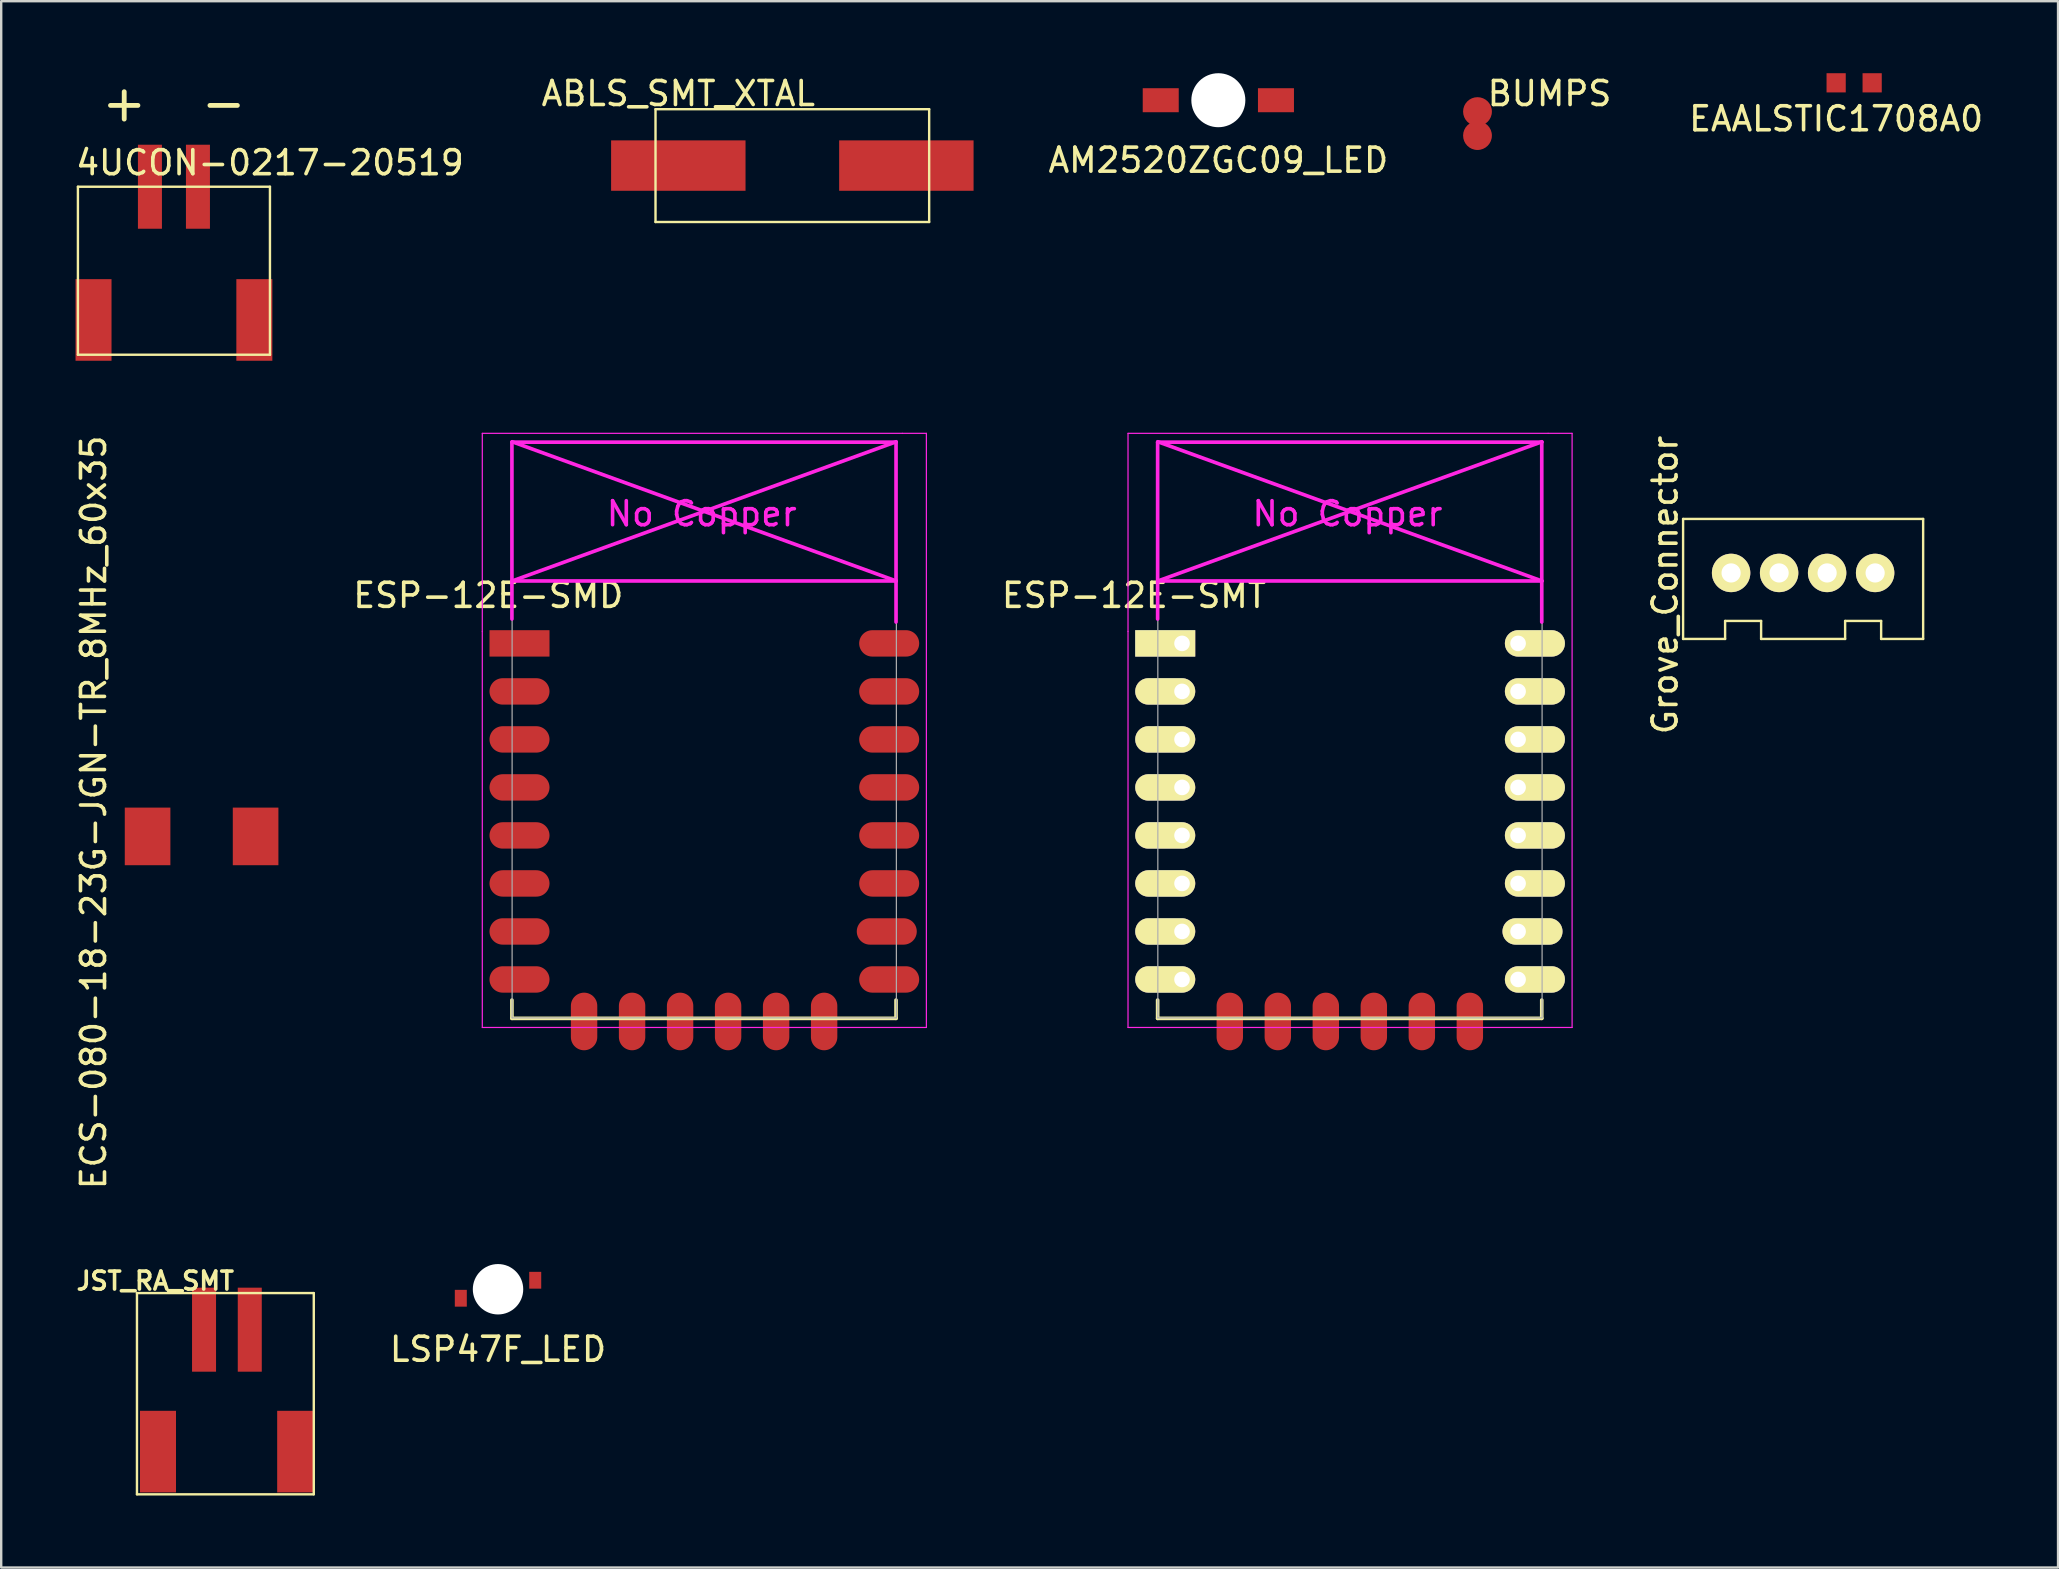
<source format=kicad_pcb>
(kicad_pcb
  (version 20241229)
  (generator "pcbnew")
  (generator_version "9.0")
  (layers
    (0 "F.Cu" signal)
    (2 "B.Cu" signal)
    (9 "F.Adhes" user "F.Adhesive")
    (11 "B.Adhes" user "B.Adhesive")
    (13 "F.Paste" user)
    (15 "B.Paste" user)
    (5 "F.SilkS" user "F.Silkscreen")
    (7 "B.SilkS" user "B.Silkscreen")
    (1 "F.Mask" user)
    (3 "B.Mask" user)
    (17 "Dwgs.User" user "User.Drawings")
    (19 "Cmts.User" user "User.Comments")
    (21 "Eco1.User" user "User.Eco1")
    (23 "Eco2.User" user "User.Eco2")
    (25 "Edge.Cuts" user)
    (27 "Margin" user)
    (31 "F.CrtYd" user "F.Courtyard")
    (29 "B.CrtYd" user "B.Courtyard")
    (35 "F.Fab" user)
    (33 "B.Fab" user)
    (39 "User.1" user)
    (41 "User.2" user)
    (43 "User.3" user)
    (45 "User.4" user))
  (footprint "ECS-080-18-23G-JGN-TR_8MHz_60x35"
    (layer "F.Cu")
    (at 5.348 31.794)
    (property "Reference" "ECS-080-18-23G-JGN-TR_8MHz_60x35" (at -4.5 -1 90) (layer "F.SilkS") (effects (font (size 1 1) (thickness 0.15))))
    (attr through_hole)
    (pad "1" smd rect (at -2.25 0) (size 1.9 2.4) (layers "F.Cu" "F.Mask" "F.Paste"))
    (pad "2" smd rect (at 2.25 0) (size 1.9 2.4) (layers "F.Cu" "F.Mask" "F.Paste")))
  (footprint "AM2520ZGC09_LED"
    (layer "F.Cu")
    (at 47.705 1.125)
    (property "Reference" "AM2520ZGC09_LED" (at 0 2.5 0) (layer "F.SilkS") (effects (font (size 1 1) (thickness 0.15))))
    (attr through_hole)
    (pad "" np_thru_hole circle (at 0 0) (size 2.25 2.25) (drill 2.25) (layers "*.Cu"))
    (pad "1" smd rect (at -2.4 0) (size 1.5 1) (layers "F.Cu" "F.Mask" "F.Paste"))
    (pad "2" smd rect (at 2.4 0) (size 1.5 1) (layers "F.Cu" "F.Mask" "F.Paste")))
  (footprint "Grove_Connector"
    (layer "F.Cu")
    (at 72.066 20.818)
    (property "Reference" "Grove_Connector" (at -5.75 0.5 90) (layer "F.SilkS") (effects (font (size 1 1) (thickness 0.15))))
    (attr through_hole)
    (fp_line (start -5 -2.25) (end 5 -2.25) (stroke (width 0.1) (type solid)) (layer "F.SilkS"))
    (fp_line (start -5 2.75) (end -5 -2.25) (stroke (width 0.1) (type solid)) (layer "F.SilkS"))
    (fp_line (start -5 2.75) (end -3.25 2.75) (stroke (width 0.1) (type solid)) (layer "F.SilkS"))
    (fp_line (start -3.25 2) (end -3.25 2.75) (stroke (width 0.1) (type solid)) (layer "F.SilkS"))
    (fp_line (start -1.75 2) (end -3.25 2) (stroke (width 0.1) (type solid)) (layer "F.SilkS"))
    (fp_line (start -1.75 2.75) (end -1.75 2) (stroke (width 0.1) (type solid)) (layer "F.SilkS"))
    (fp_line (start -1.75 2.75) (end 1.75 2.75) (stroke (width 0.1) (type solid)) (layer "F.SilkS"))
    (fp_line (start 1.75 2) (end 3.25 2) (stroke (width 0.1) (type solid)) (layer "F.SilkS"))
    (fp_line (start 1.75 2.75) (end 1.75 2) (stroke (width 0.1) (type solid)) (layer "F.SilkS"))
    (fp_line (start 3.25 2) (end 3.25 2.75) (stroke (width 0.1) (type solid)) (layer "F.SilkS"))
    (fp_line (start 3.25 2.75) (end 5 2.75) (stroke (width 0.1) (type solid)) (layer "F.SilkS"))
    (fp_line (start 5 -2.25) (end 5 2.75) (stroke (width 0.1) (type solid)) (layer "F.SilkS"))
    (pad "1" thru_hole circle (at -3 0) (size 1.6 1.6) (drill 0.8) (layers "*.Cu" "*.Mask" "F.SilkS"))
    (pad "2" thru_hole circle (at -1 0) (size 1.6 1.6) (drill 0.8) (layers "*.Cu" "*.Mask" "F.SilkS"))
    (pad "3" thru_hole circle (at 1 0) (size 1.6 1.6) (drill 0.8) (layers "*.Cu" "*.Mask" "F.SilkS"))
    (pad "4" thru_hole circle (at 3 0) (size 1.6 1.6) (drill 0.8) (layers "*.Cu" "*.Mask" "F.SilkS")))
  (footprint "ABLS_SMT_XTAL"
    (layer "F.Cu")
    (at 29.958 3.848)
    (property "Reference" "ABLS_SMT_XTAL" (at -4.75 -3 0) (layer "F.SilkS") (effects (font (size 1 1) (thickness 0.15))))
    (attr through_hole)
    (fp_line (start -5.7 -2.35) (end 5.7 -2.35) (stroke (width 0.1) (type solid)) (layer "F.SilkS"))
    (fp_line (start -5.7 2.35) (end -5.7 -2.35) (stroke (width 0.1) (type solid)) (layer "F.SilkS"))
    (fp_line (start 5.7 -2.35) (end 5.7 2.35) (stroke (width 0.1) (type solid)) (layer "F.SilkS"))
    (fp_line (start 5.7 2.35) (end -5.7 2.35) (stroke (width 0.1) (type solid)) (layer "F.SilkS"))
    (pad "1" smd rect (at -4.75 0) (size 5.6 2.1) (layers "F.Cu" "F.Mask" "F.Paste"))
    (pad "2" smd rect (at 4.75 0) (size 5.6 2.1) (layers "F.Cu" "F.Mask" "F.Paste")))
  (footprint "JST_RA_SMT"
    (layer "F.Cu")
    (at 5.45 52.343)
    (property "Reference" "JST_RA_SMT" (at -2.032 -2.032 180) (layer "F.SilkS") (effects (font (size 0.75 0.75) (thickness 0.15))))
    (attr through_hole)
    (fp_line (start -2.794 -1.524) (end 4.572 -1.524) (stroke (width 0.1) (type solid)) (layer "F.SilkS"))
    (fp_line (start -2.794 6.858) (end -2.794 -1.524) (stroke (width 0.1) (type solid)) (layer "F.SilkS"))
    (fp_line (start 4.572 -1.524) (end 4.572 6.858) (stroke (width 0.1) (type solid)) (layer "F.SilkS"))
    (fp_line (start 4.572 6.858) (end -2.794 6.858) (stroke (width 0.1) (type solid)) (layer "F.SilkS"))
    (pad "1" smd rect (at 0 0) (size 1 3.5) (layers "F.Cu" "F.Mask" "F.Paste"))
    (pad "2" smd rect (at 1.905 0) (size 1 3.5) (layers "F.Cu" "F.Mask" "F.Paste"))
    (pad "3" smd rect (at -1.918 5.08) (size 1.5 3.4) (layers "F.Cu" "F.Mask" "F.Paste"))
    (pad "4" smd rect (at 3.797 5.08) (size 1.5 3.4) (layers "F.Cu" "F.Mask" "F.Paste")))
  (footprint "ESP-12E-SMT"
    (layer "F.Cu")
    (at 46.192 23.753)
    (property "Reference" "ESP-12E-SMT" (at -2 -2 0) (layer "F.SilkS") (effects (font (size 1 1) (thickness 0.15))))
    (attr through_hole)
    (fp_line (start -1.016 14.859) (end -1.016 15.621) (stroke (width 0.152) (type solid)) (layer "F.SilkS"))
    (fp_line (start -1.016 15.621) (end 14.986 15.621) (stroke (width 0.152) (type solid)) (layer "F.SilkS"))
    (fp_line (start 14.986 15.621) (end 14.986 14.859) (stroke (width 0.152) (type solid)) (layer "F.SilkS"))
    (fp_line (start -2.25 -8.75) (end 15.25 -8.75) (stroke (width 0.05) (type solid)) (layer "F.CrtYd"))
    (fp_line (start -2.25 -0.5) (end -2.25 -8.75) (stroke (width 0.05) (type solid)) (layer "F.CrtYd"))
    (fp_line (start -2.25 16) (end -2.25 -0.5) (stroke (width 0.05) (type solid)) (layer "F.CrtYd"))
    (fp_line (start -1.016 -8.382) (end -1.016 -1.016) (stroke (width 0.152) (type solid)) (layer "F.CrtYd"))
    (fp_line (start -1.016 -8.382) (end 14.986 -8.382) (stroke (width 0.152) (type solid)) (layer "F.CrtYd"))
    (fp_line (start -1.008 -8.4) (end 14.992 -2.6) (stroke (width 0.152) (type solid)) (layer "F.CrtYd"))
    (fp_line (start -1.008 -2.6) (end 14.992 -2.6) (stroke (width 0.152) (type solid)) (layer "F.CrtYd"))
    (fp_line (start 14.986 -8.382) (end 14.986 -0.889) (stroke (width 0.152) (type solid)) (layer "F.CrtYd"))
    (fp_line (start 14.992 -8.4) (end -1.008 -2.6) (stroke (width 0.152) (type solid)) (layer "F.CrtYd"))
    (fp_line (start 15.25 -8.75) (end 16.25 -8.75) (stroke (width 0.05) (type solid)) (layer "F.CrtYd"))
    (fp_line (start 16.25 -8.75) (end 16.25 16) (stroke (width 0.05) (type solid)) (layer "F.CrtYd"))
    (fp_line (start 16.25 16) (end -2.25 16) (stroke (width 0.05) (type solid)) (layer "F.CrtYd"))
    (fp_line (start -1.008 -8.4) (end 14.992 -8.4) (stroke (width 0.05) (type solid)) (layer "F.Fab"))
    (fp_line (start -1.008 15.6) (end -1.008 -8.4) (stroke (width 0.05) (type solid)) (layer "F.Fab"))
    (fp_line (start 14.992 15.6) (end -1.008 15.6) (stroke (width 0.05) (type solid)) (layer "F.Fab"))
    (fp_line (start 15 -8.4) (end 15 15.6) (stroke (width 0.05) (type solid)) (layer "F.Fab"))
    (fp_text user "No Copper" (at 6.892 -5.4 0) (layer "F.CrtYd") (effects (font (size 1 1) (thickness 0.15))))
    (pad "1" thru_hole rect (at 0 0) (size 2.5 1.1) (drill 0.65 (offset -0.7 0)) (layers "*.Cu" "*.Mask" "F.SilkS"))
    (pad "2" thru_hole oval (at 0 2) (size 2.5 1.1) (drill 0.65 (offset -0.7 0)) (layers "*.Cu" "*.Mask" "F.SilkS"))
    (pad "3" thru_hole oval (at 0 4) (size 2.5 1.1) (drill 0.65 (offset -0.7 0)) (layers "*.Cu" "*.Mask" "F.SilkS"))
    (pad "4" thru_hole oval (at 0 6) (size 2.5 1.1) (drill 0.65 (offset -0.7 0)) (layers "*.Cu" "*.Mask" "F.SilkS"))
    (pad "5" thru_hole oval (at 0 8) (size 2.5 1.1) (drill 0.65 (offset -0.7 0)) (layers "*.Cu" "*.Mask" "F.SilkS"))
    (pad "6" thru_hole oval (at 0 10) (size 2.5 1.1) (drill 0.65 (offset -0.7 0)) (layers "*.Cu" "*.Mask" "F.SilkS"))
    (pad "7" thru_hole oval (at 0 12) (size 2.5 1.1) (drill 0.65 (offset -0.7 0)) (layers "*.Cu" "*.Mask" "F.SilkS"))
    (pad "8" thru_hole oval (at 0 14) (size 2.5 1.1) (drill 0.65 (offset -0.7 0)) (layers "*.Cu" "*.Mask" "F.SilkS"))
    (pad "9" thru_hole oval (at 14 14) (size 2.5 1.1) (drill 0.65 (offset 0.7 0)) (layers "*.Cu" "*.Mask" "F.SilkS"))
    (pad "10" thru_hole oval (at 14 12) (size 2.5 1.1) (drill 0.65 (offset 0.6 0)) (layers "*.Cu" "*.Mask" "F.SilkS"))
    (pad "11" thru_hole oval (at 14 10) (size 2.5 1.1) (drill 0.65 (offset 0.7 0)) (layers "*.Cu" "*.Mask" "F.SilkS"))
    (pad "12" thru_hole oval (at 14 8) (size 2.5 1.1) (drill 0.65 (offset 0.7 0)) (layers "*.Cu" "*.Mask" "F.SilkS"))
    (pad "13" thru_hole oval (at 14 6) (size 2.5 1.1) (drill 0.65 (offset 0.7 0)) (layers "*.Cu" "*.Mask" "F.SilkS"))
    (pad "14" thru_hole oval (at 14 4) (size 2.5 1.1) (drill 0.65 (offset 0.7 0)) (layers "*.Cu" "*.Mask" "F.SilkS"))
    (pad "15" thru_hole oval (at 14 2) (size 2.5 1.1) (drill 0.65 (offset 0.7 0)) (layers "*.Cu" "*.Mask" "F.SilkS"))
    (pad "16" thru_hole oval (at 14 0) (size 2.5 1.1) (drill 0.65 (offset 0.7 0)) (layers "*.Cu" "*.Mask" "F.SilkS"))
    (pad "17" smd oval (at 1.99 15.75 90) (size 2.4 1.1) (layers "F.Cu" "F.Mask" "F.Paste"))
    (pad "18" smd oval (at 3.99 15.75 90) (size 2.4 1.1) (layers "F.Cu" "F.Mask" "F.Paste"))
    (pad "19" smd oval (at 5.99 15.75 90) (size 2.4 1.1) (layers "F.Cu" "F.Mask" "F.Paste"))
    (pad "20" smd oval (at 7.99 15.75 90) (size 2.4 1.1) (layers "F.Cu" "F.Mask" "F.Paste"))
    (pad "21" smd oval (at 9.99 15.75 90) (size 2.4 1.1) (layers "F.Cu" "F.Mask" "F.Paste"))
    (pad "22" smd oval (at 11.99 15.75 90) (size 2.4 1.1) (layers "F.Cu" "F.Mask" "F.Paste")))
  (footprint "BUMPS"
    (layer "F.Cu")
    (at 58.501 1.598)
    (property "Reference" "BUMPS" (at 3 -0.75 0) (layer "F.SilkS") (effects (font (size 1 1) (thickness 0.15))))
    (attr through_hole)
    (pad "1" smd circle (at 0 0) (size 1.2 1.2) (layers "F.Cu" "F.Mask" "F.Paste"))
    (pad "2" smd circle (at 0 1) (size 1.2 1.2) (layers "F.Cu" "F.Mask" "F.Paste")))
  (footprint "LSP47F_LED"
    (layer "F.Cu")
    (at 17.697 50.659)
    (property "Reference" "LSP47F_LED" (at 0 2.5 0) (layer "F.SilkS") (effects (font (size 1 1) (thickness 0.15))))
    (attr through_hole)
    (pad "" np_thru_hole circle (at 0 0) (size 2.1 2.1) (drill 2.1) (layers "*.Cu"))
    (pad "1" smd rect (at -1.55 0.375) (size 0.5 0.7) (layers "F.Cu" "F.Mask" "F.Paste"))
    (pad "2" smd rect (at 1.55 -0.375) (size 0.5 0.7) (layers "F.Cu" "F.Mask" "F.Paste")))
  (footprint "4UCON-0217-20519"
    (layer "F.Cu")
    (at 4.196 4.729)
    (property "Reference" "4UCON-0217-20519" (at 4 -1 0) (layer "F.SilkS") (effects (font (size 1 1) (thickness 0.15))))
    (attr through_hole)
    (fp_line (start -4 0) (end 4 0) (stroke (width 0.1) (type solid)) (layer "F.SilkS"))
    (fp_line (start -4 7) (end -4 0) (stroke (width 0.1) (type solid)) (layer "F.SilkS"))
    (fp_line (start 4 0) (end 4 7) (stroke (width 0.1) (type solid)) (layer "F.SilkS"))
    (fp_line (start 4 7) (end -4 7) (stroke (width 0.1) (type solid)) (layer "F.SilkS"))
    (fp_text user "+  -" (at 0 -3.5 0) (layer "F.SilkS") (effects (font (size 1.5 1.5) (thickness 0.2))))
    (pad "1" smd rect (at -1 0) (size 1 3.5) (layers "F.Cu" "F.Mask" "F.Paste"))
    (pad "2" smd rect (at 1 0) (size 1 3.5) (layers "F.Cu" "F.Mask" "F.Paste"))
    (pad "3" smd rect (at -3.35 5.55) (size 1.5 3.4) (layers "F.Cu" "F.Mask" "F.Paste"))
    (pad "4" smd rect (at 3.35 5.55) (size 1.5 3.4) (layers "F.Cu" "F.Mask" "F.Paste")))
  (footprint "EAALSTIC1708A0"
    (layer "F.Cu")
    (at 73.442 0.4)
    (property "Reference" "EAALSTIC1708A0" (at 0 1.5 0) (layer "F.SilkS") (effects (font (size 1 1) (thickness 0.15))))
    (attr through_hole)
    (pad "1" smd rect (at 0 0) (size 0.8 0.8) (layers "F.Cu" "F.Mask" "F.Paste"))
    (pad "2" smd rect (at 1.5 0) (size 0.8 0.8) (layers "F.Cu" "F.Mask" "F.Paste")))
  (footprint "ESP-12E-SMD"
    (layer "F.Cu")
    (at 19.292 23.753)
    (property "Reference" "ESP-12E-SMD" (at -2 -2 0) (layer "F.SilkS") (effects (font (size 1 1) (thickness 0.15))))
    (attr through_hole)
    (fp_line (start -1.016 14.859) (end -1.016 15.621) (stroke (width 0.152) (type solid)) (layer "F.SilkS"))
    (fp_line (start -1.016 15.621) (end 14.986 15.621) (stroke (width 0.152) (type solid)) (layer "F.SilkS"))
    (fp_line (start 14.986 15.621) (end 14.986 14.859) (stroke (width 0.152) (type solid)) (layer "F.SilkS"))
    (fp_line (start -2.25 -8.75) (end 15.25 -8.75) (stroke (width 0.05) (type solid)) (layer "F.CrtYd"))
    (fp_line (start -2.25 -0.5) (end -2.25 -8.75) (stroke (width 0.05) (type solid)) (layer "F.CrtYd"))
    (fp_line (start -2.25 16) (end -2.25 -0.5) (stroke (width 0.05) (type solid)) (layer "F.CrtYd"))
    (fp_line (start -1.016 -8.382) (end -1.016 -1.016) (stroke (width 0.152) (type solid)) (layer "F.CrtYd"))
    (fp_line (start -1.016 -8.382) (end 14.986 -8.382) (stroke (width 0.152) (type solid)) (layer "F.CrtYd"))
    (fp_line (start -1.008 -8.4) (end 14.992 -2.6) (stroke (width 0.152) (type solid)) (layer "F.CrtYd"))
    (fp_line (start -1.008 -2.6) (end 14.992 -2.6) (stroke (width 0.152) (type solid)) (layer "F.CrtYd"))
    (fp_line (start 14.986 -8.382) (end 14.986 -0.889) (stroke (width 0.152) (type solid)) (layer "F.CrtYd"))
    (fp_line (start 14.992 -8.4) (end -1.008 -2.6) (stroke (width 0.152) (type solid)) (layer "F.CrtYd"))
    (fp_line (start 15.25 -8.75) (end 16.25 -8.75) (stroke (width 0.05) (type solid)) (layer "F.CrtYd"))
    (fp_line (start 16.25 -8.75) (end 16.25 16) (stroke (width 0.05) (type solid)) (layer "F.CrtYd"))
    (fp_line (start 16.25 16) (end -2.25 16) (stroke (width 0.05) (type solid)) (layer "F.CrtYd"))
    (fp_line (start -1.008 -8.4) (end 14.992 -8.4) (stroke (width 0.05) (type solid)) (layer "F.Fab"))
    (fp_line (start -1.008 15.6) (end -1.008 -8.4) (stroke (width 0.05) (type solid)) (layer "F.Fab"))
    (fp_line (start 14.992 15.6) (end -1.008 15.6) (stroke (width 0.05) (type solid)) (layer "F.Fab"))
    (fp_line (start 15 -8.4) (end 15 15.6) (stroke (width 0.05) (type solid)) (layer "F.Fab"))
    (fp_text user "No Copper" (at 6.892 -5.4 0) (layer "F.CrtYd") (effects (font (size 1 1) (thickness 0.15))))
    (pad "1" smd rect (at 0 0) (size 2.5 1.1) (drill (offset -0.7 0)) (layers "F.Cu" "F.Mask" "F.Paste"))
    (pad "2" smd oval (at 0 2) (size 2.5 1.1) (drill (offset -0.7 0)) (layers "F.Cu" "F.Mask" "F.Paste"))
    (pad "3" smd oval (at 0 4) (size 2.5 1.1) (drill (offset -0.7 0)) (layers "F.Cu" "F.Mask" "F.Paste"))
    (pad "4" smd oval (at 0 6) (size 2.5 1.1) (drill (offset -0.7 0)) (layers "F.Cu" "F.Mask" "F.Paste"))
    (pad "5" smd oval (at 0 8) (size 2.5 1.1) (drill (offset -0.7 0)) (layers "F.Cu" "F.Mask" "F.Paste"))
    (pad "6" smd oval (at 0 10) (size 2.5 1.1) (drill (offset -0.7 0)) (layers "F.Cu" "F.Mask" "F.Paste"))
    (pad "7" smd oval (at 0 12) (size 2.5 1.1) (drill (offset -0.7 0)) (layers "F.Cu" "F.Mask" "F.Paste"))
    (pad "8" smd oval (at 0 14) (size 2.5 1.1) (drill (offset -0.7 0)) (layers "F.Cu" "F.Mask" "F.Paste"))
    (pad "9" smd oval (at 14 14) (size 2.5 1.1) (drill (offset 0.7 0)) (layers "F.Cu" "F.Mask" "F.Paste"))
    (pad "10" smd oval (at 14 12) (size 2.5 1.1) (drill (offset 0.6 0)) (layers "F.Cu" "F.Mask" "F.Paste"))
    (pad "11" smd oval (at 14 10) (size 2.5 1.1) (drill (offset 0.7 0)) (layers "F.Cu" "F.Mask" "F.Paste"))
    (pad "12" smd oval (at 14 8) (size 2.5 1.1) (drill (offset 0.7 0)) (layers "F.Cu" "F.Mask" "F.Paste"))
    (pad "13" smd oval (at 14 6) (size 2.5 1.1) (drill (offset 0.7 0)) (layers "F.Cu" "F.Mask" "F.Paste"))
    (pad "14" smd oval (at 14 4) (size 2.5 1.1) (drill (offset 0.7 0)) (layers "F.Cu" "F.Mask" "F.Paste"))
    (pad "15" smd oval (at 14 2) (size 2.5 1.1) (drill (offset 0.7 0)) (layers "F.Cu" "F.Mask" "F.Paste"))
    (pad "16" smd oval (at 14 0) (size 2.5 1.1) (drill (offset 0.7 0)) (layers "F.Cu" "F.Mask" "F.Paste"))
    (pad "17" smd oval (at 1.99 15.75 90) (size 2.4 1.1) (layers "F.Cu" "F.Mask" "F.Paste"))
    (pad "18" smd oval (at 3.99 15.75 90) (size 2.4 1.1) (layers "F.Cu" "F.Mask" "F.Paste"))
    (pad "19" smd oval (at 5.99 15.75 90) (size 2.4 1.1) (layers "F.Cu" "F.Mask" "F.Paste"))
    (pad "20" smd oval (at 7.99 15.75 90) (size 2.4 1.1) (layers "F.Cu" "F.Mask" "F.Paste"))
    (pad "21" smd oval (at 9.99 15.75 90) (size 2.4 1.1) (layers "F.Cu" "F.Mask" "F.Paste"))
    (pad "22" smd oval (at 11.99 15.75 90) (size 2.4 1.1) (layers "F.Cu" "F.Mask" "F.Paste")))
  (gr_rect
    (start -3 -3)
    (end 82.686 62.251)
    (stroke (width 0.1) (type default))
    (fill no)
    (layer "Edge.Cuts")))
</source>
